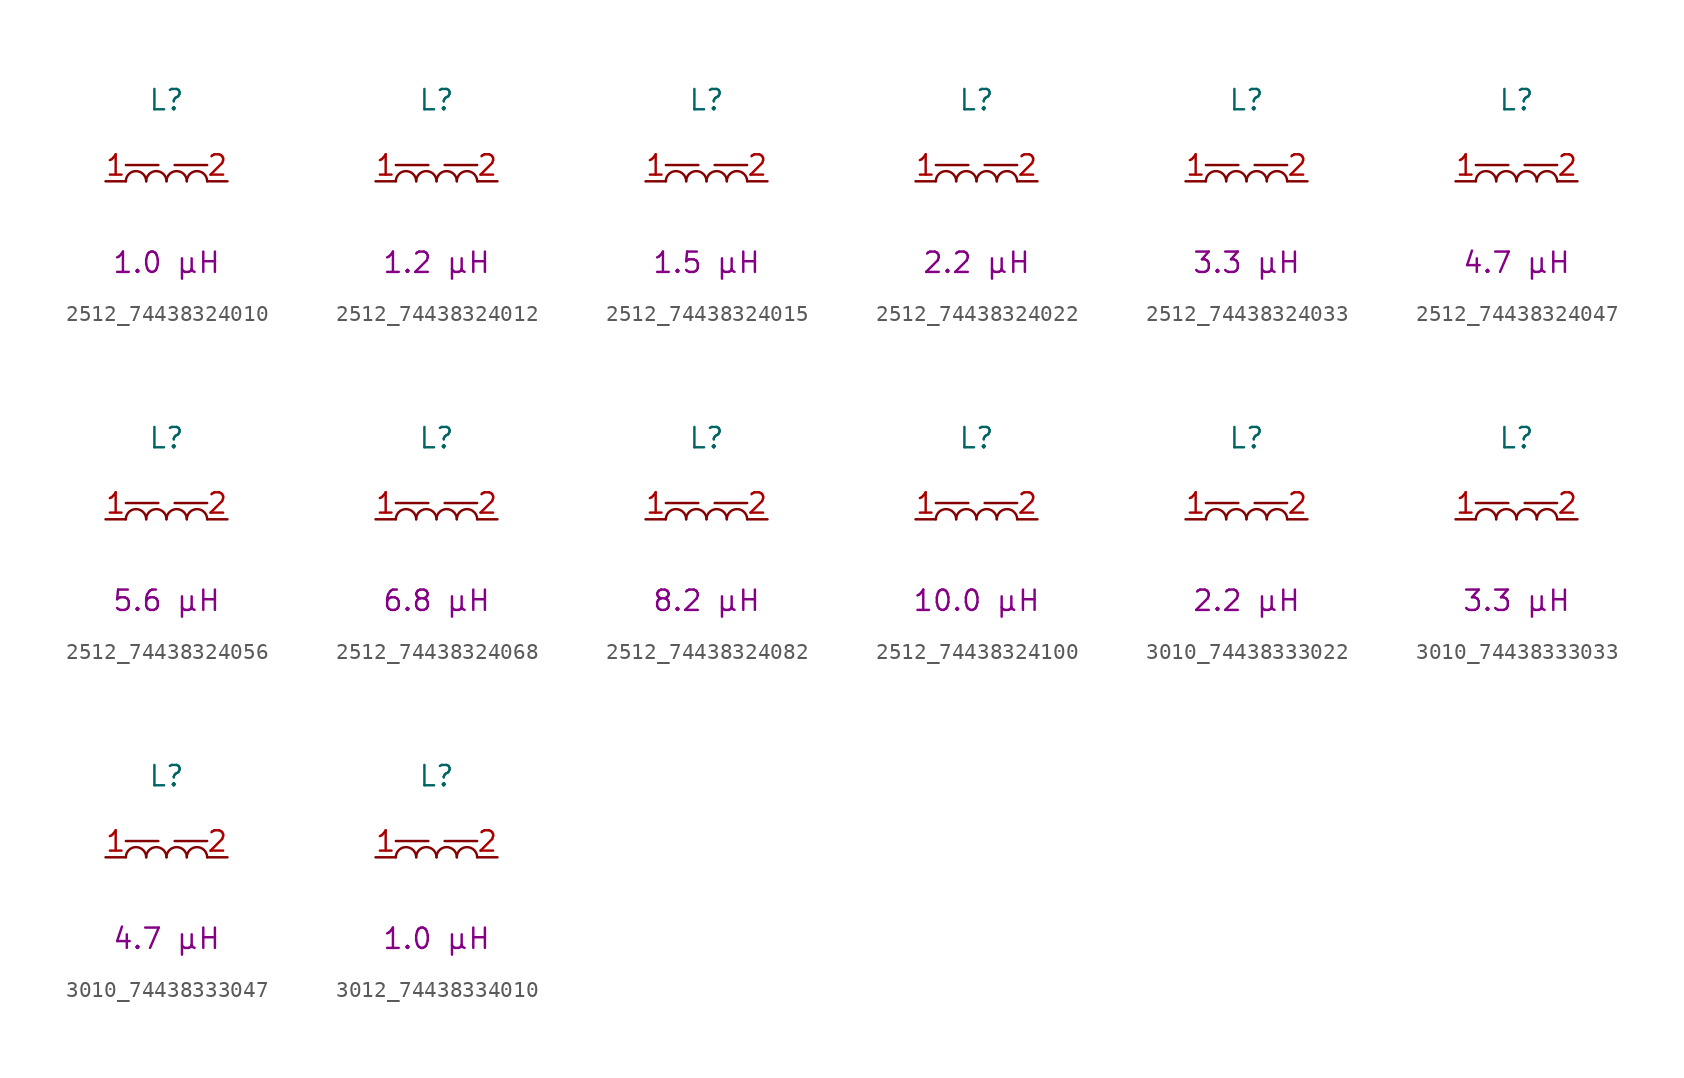
<source format=kicad_sym>
(kicad_symbol_lib
  (version 20220914)
  (generator kicad_symbol_editor)
  (symbol "2512_74438324010"
    (pin_names hide)
    (property "Reference" "L"
      (at 0 5.08 0)
      (effects (font (size 1.27 1.27))))
    (property "Critical Parameter" "1.0 µH"
      (at 0 -5.08 0)
      (effects (font (size 1.27 1.27))))
    (symbol "2512_74438324010_0_1"
      (arc (start -1.27 0) (mid -1.905 0.6323) (end -2.54 0) (stroke (width 0) (type default)) (fill (type none)))
      (arc (start 0 0) (mid -0.635 0.6323) (end -1.27 0) (stroke (width 0) (type default)) (fill (type none)))
      (polyline (pts (xy -2.54 1.016) (xy -0.508 1.016)) (stroke (width 0) (type default)) (fill (type none)))
      (arc (start 1.27 0) (mid 0.635 0.6323) (end 0 0) (stroke (width 0) (type default)) (fill (type none)))
      (arc (start 2.54 0) (mid 1.905 0.6323) (end 1.27 0) (stroke (width 0) (type default)) (fill (type none))))
    (symbol "2512_74438324010_1_1"
      (polyline (pts (xy 2.54 1.016) (xy 0.508 1.016)) (stroke (width 0) (type default)) (fill (type none)))
      (pin passive line (at -3.81 0 0) (length 1.27) (name "1" (effects (font (size 1.27 1.27)))) (number "1" (effects (font (size 1.27 1.27)))))
      (pin passive line (at 3.81 0 180) (length 1.27) (name "2" (effects (font (size 1.27 1.27)))) (number "2" (effects (font (size 1.27 1.27)))))))
  (symbol "2512_74438324012"
    (pin_names hide)
    (property "Reference" "L"
      (at 0 5.08 0)
      (effects (font (size 1.27 1.27))))
    (property "Critical Parameter" "1.2 µH"
      (at 0 -5.08 0)
      (effects (font (size 1.27 1.27))))
    (symbol "2512_74438324012_0_1"
      (arc (start -1.27 0) (mid -1.905 0.6323) (end -2.54 0) (stroke (width 0) (type default)) (fill (type none)))
      (arc (start 0 0) (mid -0.635 0.6323) (end -1.27 0) (stroke (width 0) (type default)) (fill (type none)))
      (polyline (pts (xy -2.54 1.016) (xy -0.508 1.016)) (stroke (width 0) (type default)) (fill (type none)))
      (arc (start 1.27 0) (mid 0.635 0.6323) (end 0 0) (stroke (width 0) (type default)) (fill (type none)))
      (arc (start 2.54 0) (mid 1.905 0.6323) (end 1.27 0) (stroke (width 0) (type default)) (fill (type none))))
    (symbol "2512_74438324012_1_1"
      (polyline (pts (xy 2.54 1.016) (xy 0.508 1.016)) (stroke (width 0) (type default)) (fill (type none)))
      (pin passive line (at -3.81 0 0) (length 1.27) (name "1" (effects (font (size 1.27 1.27)))) (number "1" (effects (font (size 1.27 1.27)))))
      (pin passive line (at 3.81 0 180) (length 1.27) (name "2" (effects (font (size 1.27 1.27)))) (number "2" (effects (font (size 1.27 1.27)))))))
  (symbol "2512_74438324015"
    (pin_names hide)
    (property "Reference" "L"
      (at 0 5.08 0)
      (effects (font (size 1.27 1.27))))
    (property "Critical Parameter" "1.5 µH"
      (at 0 -5.08 0)
      (effects (font (size 1.27 1.27))))
    (symbol "2512_74438324015_0_1"
      (arc (start -1.27 0) (mid -1.905 0.6323) (end -2.54 0) (stroke (width 0) (type default)) (fill (type none)))
      (arc (start 0 0) (mid -0.635 0.6323) (end -1.27 0) (stroke (width 0) (type default)) (fill (type none)))
      (polyline (pts (xy -2.54 1.016) (xy -0.508 1.016)) (stroke (width 0) (type default)) (fill (type none)))
      (arc (start 1.27 0) (mid 0.635 0.6323) (end 0 0) (stroke (width 0) (type default)) (fill (type none)))
      (arc (start 2.54 0) (mid 1.905 0.6323) (end 1.27 0) (stroke (width 0) (type default)) (fill (type none))))
    (symbol "2512_74438324015_1_1"
      (polyline (pts (xy 2.54 1.016) (xy 0.508 1.016)) (stroke (width 0) (type default)) (fill (type none)))
      (pin passive line (at -3.81 0 0) (length 1.27) (name "1" (effects (font (size 1.27 1.27)))) (number "1" (effects (font (size 1.27 1.27)))))
      (pin passive line (at 3.81 0 180) (length 1.27) (name "2" (effects (font (size 1.27 1.27)))) (number "2" (effects (font (size 1.27 1.27)))))))
  (symbol "2512_74438324022"
    (pin_names hide)
    (property "Reference" "L"
      (at 0 5.08 0)
      (effects (font (size 1.27 1.27))))
    (property "Critical Parameter" "2.2 µH"
      (at 0 -5.08 0)
      (effects (font (size 1.27 1.27))))
    (symbol "2512_74438324022_0_1"
      (arc (start -1.27 0) (mid -1.905 0.6323) (end -2.54 0) (stroke (width 0) (type default)) (fill (type none)))
      (arc (start 0 0) (mid -0.635 0.6323) (end -1.27 0) (stroke (width 0) (type default)) (fill (type none)))
      (polyline (pts (xy -2.54 1.016) (xy -0.508 1.016)) (stroke (width 0) (type default)) (fill (type none)))
      (arc (start 1.27 0) (mid 0.635 0.6323) (end 0 0) (stroke (width 0) (type default)) (fill (type none)))
      (arc (start 2.54 0) (mid 1.905 0.6323) (end 1.27 0) (stroke (width 0) (type default)) (fill (type none))))
    (symbol "2512_74438324022_1_1"
      (polyline (pts (xy 2.54 1.016) (xy 0.508 1.016)) (stroke (width 0) (type default)) (fill (type none)))
      (pin passive line (at -3.81 0 0) (length 1.27) (name "1" (effects (font (size 1.27 1.27)))) (number "1" (effects (font (size 1.27 1.27)))))
      (pin passive line (at 3.81 0 180) (length 1.27) (name "2" (effects (font (size 1.27 1.27)))) (number "2" (effects (font (size 1.27 1.27)))))))
  (symbol "2512_74438324033"
    (pin_names hide)
    (property "Reference" "L"
      (at 0 5.08 0)
      (effects (font (size 1.27 1.27))))
    (property "Critical Parameter" "3.3 µH"
      (at 0 -5.08 0)
      (effects (font (size 1.27 1.27))))
    (symbol "2512_74438324033_0_1"
      (arc (start -1.27 0) (mid -1.905 0.6323) (end -2.54 0) (stroke (width 0) (type default)) (fill (type none)))
      (arc (start 0 0) (mid -0.635 0.6323) (end -1.27 0) (stroke (width 0) (type default)) (fill (type none)))
      (polyline (pts (xy -2.54 1.016) (xy -0.508 1.016)) (stroke (width 0) (type default)) (fill (type none)))
      (arc (start 1.27 0) (mid 0.635 0.6323) (end 0 0) (stroke (width 0) (type default)) (fill (type none)))
      (arc (start 2.54 0) (mid 1.905 0.6323) (end 1.27 0) (stroke (width 0) (type default)) (fill (type none))))
    (symbol "2512_74438324033_1_1"
      (polyline (pts (xy 2.54 1.016) (xy 0.508 1.016)) (stroke (width 0) (type default)) (fill (type none)))
      (pin passive line (at -3.81 0 0) (length 1.27) (name "1" (effects (font (size 1.27 1.27)))) (number "1" (effects (font (size 1.27 1.27)))))
      (pin passive line (at 3.81 0 180) (length 1.27) (name "2" (effects (font (size 1.27 1.27)))) (number "2" (effects (font (size 1.27 1.27)))))))
  (symbol "2512_74438324047"
    (pin_names hide)
    (property "Reference" "L"
      (at 0 5.08 0)
      (effects (font (size 1.27 1.27))))
    (property "Critical Parameter" "4.7 µH"
      (at 0 -5.08 0)
      (effects (font (size 1.27 1.27))))
    (symbol "2512_74438324047_0_1"
      (arc (start -1.27 0) (mid -1.905 0.6323) (end -2.54 0) (stroke (width 0) (type default)) (fill (type none)))
      (arc (start 0 0) (mid -0.635 0.6323) (end -1.27 0) (stroke (width 0) (type default)) (fill (type none)))
      (polyline (pts (xy -2.54 1.016) (xy -0.508 1.016)) (stroke (width 0) (type default)) (fill (type none)))
      (arc (start 1.27 0) (mid 0.635 0.6323) (end 0 0) (stroke (width 0) (type default)) (fill (type none)))
      (arc (start 2.54 0) (mid 1.905 0.6323) (end 1.27 0) (stroke (width 0) (type default)) (fill (type none))))
    (symbol "2512_74438324047_1_1"
      (polyline (pts (xy 2.54 1.016) (xy 0.508 1.016)) (stroke (width 0) (type default)) (fill (type none)))
      (pin passive line (at -3.81 0 0) (length 1.27) (name "1" (effects (font (size 1.27 1.27)))) (number "1" (effects (font (size 1.27 1.27)))))
      (pin passive line (at 3.81 0 180) (length 1.27) (name "2" (effects (font (size 1.27 1.27)))) (number "2" (effects (font (size 1.27 1.27)))))))
  (symbol "2512_74438324056"
    (pin_names hide)
    (property "Reference" "L"
      (at 0 5.08 0)
      (effects (font (size 1.27 1.27))))
    (property "Critical Parameter" "5.6 µH"
      (at 0 -5.08 0)
      (effects (font (size 1.27 1.27))))
    (symbol "2512_74438324056_0_1"
      (arc (start -1.27 0) (mid -1.905 0.6323) (end -2.54 0) (stroke (width 0) (type default)) (fill (type none)))
      (arc (start 0 0) (mid -0.635 0.6323) (end -1.27 0) (stroke (width 0) (type default)) (fill (type none)))
      (polyline (pts (xy -2.54 1.016) (xy -0.508 1.016)) (stroke (width 0) (type default)) (fill (type none)))
      (arc (start 1.27 0) (mid 0.635 0.6323) (end 0 0) (stroke (width 0) (type default)) (fill (type none)))
      (arc (start 2.54 0) (mid 1.905 0.6323) (end 1.27 0) (stroke (width 0) (type default)) (fill (type none))))
    (symbol "2512_74438324056_1_1"
      (polyline (pts (xy 2.54 1.016) (xy 0.508 1.016)) (stroke (width 0) (type default)) (fill (type none)))
      (pin passive line (at -3.81 0 0) (length 1.27) (name "1" (effects (font (size 1.27 1.27)))) (number "1" (effects (font (size 1.27 1.27)))))
      (pin passive line (at 3.81 0 180) (length 1.27) (name "2" (effects (font (size 1.27 1.27)))) (number "2" (effects (font (size 1.27 1.27)))))))
  (symbol "2512_74438324068"
    (pin_names hide)
    (property "Reference" "L"
      (at 0 5.08 0)
      (effects (font (size 1.27 1.27))))
    (property "Critical Parameter" "6.8 µH"
      (at 0 -5.08 0)
      (effects (font (size 1.27 1.27))))
    (symbol "2512_74438324068_0_1"
      (arc (start -1.27 0) (mid -1.905 0.6323) (end -2.54 0) (stroke (width 0) (type default)) (fill (type none)))
      (arc (start 0 0) (mid -0.635 0.6323) (end -1.27 0) (stroke (width 0) (type default)) (fill (type none)))
      (polyline (pts (xy -2.54 1.016) (xy -0.508 1.016)) (stroke (width 0) (type default)) (fill (type none)))
      (arc (start 1.27 0) (mid 0.635 0.6323) (end 0 0) (stroke (width 0) (type default)) (fill (type none)))
      (arc (start 2.54 0) (mid 1.905 0.6323) (end 1.27 0) (stroke (width 0) (type default)) (fill (type none))))
    (symbol "2512_74438324068_1_1"
      (polyline (pts (xy 2.54 1.016) (xy 0.508 1.016)) (stroke (width 0) (type default)) (fill (type none)))
      (pin passive line (at -3.81 0 0) (length 1.27) (name "1" (effects (font (size 1.27 1.27)))) (number "1" (effects (font (size 1.27 1.27)))))
      (pin passive line (at 3.81 0 180) (length 1.27) (name "2" (effects (font (size 1.27 1.27)))) (number "2" (effects (font (size 1.27 1.27)))))))
  (symbol "2512_74438324082"
    (pin_names hide)
    (property "Reference" "L"
      (at 0 5.08 0)
      (effects (font (size 1.27 1.27))))
    (property "Critical Parameter" "8.2 µH"
      (at 0 -5.08 0)
      (effects (font (size 1.27 1.27))))
    (symbol "2512_74438324082_0_1"
      (arc (start -1.27 0) (mid -1.905 0.6323) (end -2.54 0) (stroke (width 0) (type default)) (fill (type none)))
      (arc (start 0 0) (mid -0.635 0.6323) (end -1.27 0) (stroke (width 0) (type default)) (fill (type none)))
      (polyline (pts (xy -2.54 1.016) (xy -0.508 1.016)) (stroke (width 0) (type default)) (fill (type none)))
      (arc (start 1.27 0) (mid 0.635 0.6323) (end 0 0) (stroke (width 0) (type default)) (fill (type none)))
      (arc (start 2.54 0) (mid 1.905 0.6323) (end 1.27 0) (stroke (width 0) (type default)) (fill (type none))))
    (symbol "2512_74438324082_1_1"
      (polyline (pts (xy 2.54 1.016) (xy 0.508 1.016)) (stroke (width 0) (type default)) (fill (type none)))
      (pin passive line (at -3.81 0 0) (length 1.27) (name "1" (effects (font (size 1.27 1.27)))) (number "1" (effects (font (size 1.27 1.27)))))
      (pin passive line (at 3.81 0 180) (length 1.27) (name "2" (effects (font (size 1.27 1.27)))) (number "2" (effects (font (size 1.27 1.27)))))))
  (symbol "2512_74438324100"
    (pin_names hide)
    (property "Reference" "L"
      (at 0 5.08 0)
      (effects (font (size 1.27 1.27))))
    (property "Critical Parameter" "10.0 µH"
      (at 0 -5.08 0)
      (effects (font (size 1.27 1.27))))
    (symbol "2512_74438324100_0_1"
      (arc (start -1.27 0) (mid -1.905 0.6323) (end -2.54 0) (stroke (width 0) (type default)) (fill (type none)))
      (arc (start 0 0) (mid -0.635 0.6323) (end -1.27 0) (stroke (width 0) (type default)) (fill (type none)))
      (polyline (pts (xy -2.54 1.016) (xy -0.508 1.016)) (stroke (width 0) (type default)) (fill (type none)))
      (arc (start 1.27 0) (mid 0.635 0.6323) (end 0 0) (stroke (width 0) (type default)) (fill (type none)))
      (arc (start 2.54 0) (mid 1.905 0.6323) (end 1.27 0) (stroke (width 0) (type default)) (fill (type none))))
    (symbol "2512_74438324100_1_1"
      (polyline (pts (xy 2.54 1.016) (xy 0.508 1.016)) (stroke (width 0) (type default)) (fill (type none)))
      (pin passive line (at -3.81 0 0) (length 1.27) (name "1" (effects (font (size 1.27 1.27)))) (number "1" (effects (font (size 1.27 1.27)))))
      (pin passive line (at 3.81 0 180) (length 1.27) (name "2" (effects (font (size 1.27 1.27)))) (number "2" (effects (font (size 1.27 1.27)))))))
  (symbol "3010_74438333022"
    (pin_names hide)
    (property "Reference" "L"
      (at 0 5.08 0)
      (effects (font (size 1.27 1.27))))
    (property "Critical Parameter" "2.2 µH"
      (at 0 -5.08 0)
      (effects (font (size 1.27 1.27))))
    (symbol "3010_74438333022_0_1"
      (arc (start -1.27 0) (mid -1.905 0.6323) (end -2.54 0) (stroke (width 0) (type default)) (fill (type none)))
      (arc (start 0 0) (mid -0.635 0.6323) (end -1.27 0) (stroke (width 0) (type default)) (fill (type none)))
      (polyline (pts (xy -2.54 1.016) (xy -0.508 1.016)) (stroke (width 0) (type default)) (fill (type none)))
      (arc (start 1.27 0) (mid 0.635 0.6323) (end 0 0) (stroke (width 0) (type default)) (fill (type none)))
      (arc (start 2.54 0) (mid 1.905 0.6323) (end 1.27 0) (stroke (width 0) (type default)) (fill (type none))))
    (symbol "3010_74438333022_1_1"
      (polyline (pts (xy 2.54 1.016) (xy 0.508 1.016)) (stroke (width 0) (type default)) (fill (type none)))
      (pin passive line (at -3.81 0 0) (length 1.27) (name "1" (effects (font (size 1.27 1.27)))) (number "1" (effects (font (size 1.27 1.27)))))
      (pin passive line (at 3.81 0 180) (length 1.27) (name "2" (effects (font (size 1.27 1.27)))) (number "2" (effects (font (size 1.27 1.27)))))))
  (symbol "3010_74438333033"
    (pin_names hide)
    (property "Reference" "L"
      (at 0 5.08 0)
      (effects (font (size 1.27 1.27))))
    (property "Critical Parameter" "3.3 µH"
      (at 0 -5.08 0)
      (effects (font (size 1.27 1.27))))
    (symbol "3010_74438333033_0_1"
      (arc (start -1.27 0) (mid -1.905 0.6323) (end -2.54 0) (stroke (width 0) (type default)) (fill (type none)))
      (arc (start 0 0) (mid -0.635 0.6323) (end -1.27 0) (stroke (width 0) (type default)) (fill (type none)))
      (polyline (pts (xy -2.54 1.016) (xy -0.508 1.016)) (stroke (width 0) (type default)) (fill (type none)))
      (arc (start 1.27 0) (mid 0.635 0.6323) (end 0 0) (stroke (width 0) (type default)) (fill (type none)))
      (arc (start 2.54 0) (mid 1.905 0.6323) (end 1.27 0) (stroke (width 0) (type default)) (fill (type none))))
    (symbol "3010_74438333033_1_1"
      (polyline (pts (xy 2.54 1.016) (xy 0.508 1.016)) (stroke (width 0) (type default)) (fill (type none)))
      (pin passive line (at -3.81 0 0) (length 1.27) (name "1" (effects (font (size 1.27 1.27)))) (number "1" (effects (font (size 1.27 1.27)))))
      (pin passive line (at 3.81 0 180) (length 1.27) (name "2" (effects (font (size 1.27 1.27)))) (number "2" (effects (font (size 1.27 1.27)))))))
  (symbol "3010_74438333047"
    (pin_names hide)
    (property "Reference" "L"
      (at 0 5.08 0)
      (effects (font (size 1.27 1.27))))
    (property "Critical Parameter" "4.7 µH"
      (at 0 -5.08 0)
      (effects (font (size 1.27 1.27))))
    (symbol "3010_74438333047_0_1"
      (arc (start -1.27 0) (mid -1.905 0.6323) (end -2.54 0) (stroke (width 0) (type default)) (fill (type none)))
      (arc (start 0 0) (mid -0.635 0.6323) (end -1.27 0) (stroke (width 0) (type default)) (fill (type none)))
      (polyline (pts (xy -2.54 1.016) (xy -0.508 1.016)) (stroke (width 0) (type default)) (fill (type none)))
      (arc (start 1.27 0) (mid 0.635 0.6323) (end 0 0) (stroke (width 0) (type default)) (fill (type none)))
      (arc (start 2.54 0) (mid 1.905 0.6323) (end 1.27 0) (stroke (width 0) (type default)) (fill (type none))))
    (symbol "3010_74438333047_1_1"
      (polyline (pts (xy 2.54 1.016) (xy 0.508 1.016)) (stroke (width 0) (type default)) (fill (type none)))
      (pin passive line (at -3.81 0 0) (length 1.27) (name "1" (effects (font (size 1.27 1.27)))) (number "1" (effects (font (size 1.27 1.27)))))
      (pin passive line (at 3.81 0 180) (length 1.27) (name "2" (effects (font (size 1.27 1.27)))) (number "2" (effects (font (size 1.27 1.27)))))))
  (symbol "3012_74438334010"
    (pin_names hide)
    (property "Reference" "L"
      (at 0 5.08 0)
      (effects (font (size 1.27 1.27))))
    (property "Critical Parameter" "1.0 µH"
      (at 0 -5.08 0)
      (effects (font (size 1.27 1.27))))
    (symbol "3012_74438334010_0_1"
      (arc (start -1.27 0) (mid -1.905 0.6323) (end -2.54 0) (stroke (width 0) (type default)) (fill (type none)))
      (arc (start 0 0) (mid -0.635 0.6323) (end -1.27 0) (stroke (width 0) (type default)) (fill (type none)))
      (polyline (pts (xy -2.54 1.016) (xy -0.508 1.016)) (stroke (width 0) (type default)) (fill (type none)))
      (arc (start 1.27 0) (mid 0.635 0.6323) (end 0 0) (stroke (width 0) (type default)) (fill (type none)))
      (arc (start 2.54 0) (mid 1.905 0.6323) (end 1.27 0) (stroke (width 0) (type default)) (fill (type none))))
    (symbol "3012_74438334010_1_1"
      (polyline (pts (xy 2.54 1.016) (xy 0.508 1.016)) (stroke (width 0) (type default)) (fill (type none)))
      (pin passive line (at -3.81 0 0) (length 1.27) (name "1" (effects (font (size 1.27 1.27)))) (number "1" (effects (font (size 1.27 1.27)))))
      (pin passive line (at 3.81 0 180) (length 1.27) (name "2" (effects (font (size 1.27 1.27)))) (number "2" (effects (font (size 1.27 1.27))))))))
</source>
